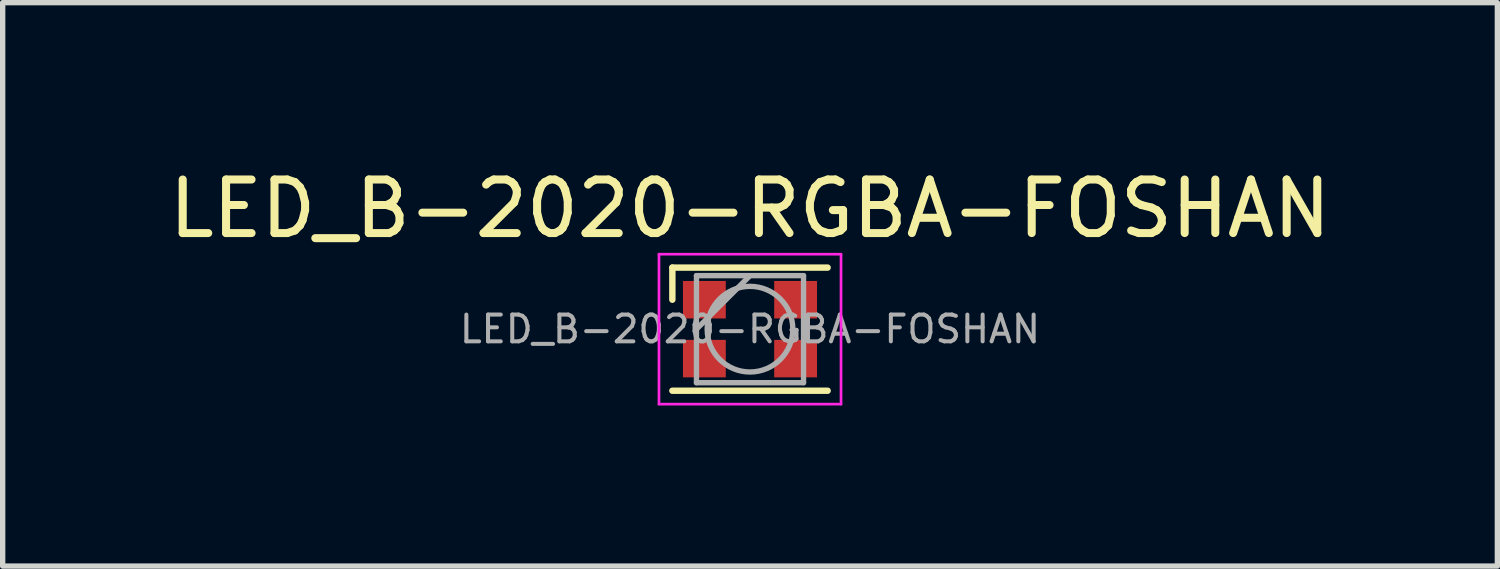
<source format=kicad_pcb>
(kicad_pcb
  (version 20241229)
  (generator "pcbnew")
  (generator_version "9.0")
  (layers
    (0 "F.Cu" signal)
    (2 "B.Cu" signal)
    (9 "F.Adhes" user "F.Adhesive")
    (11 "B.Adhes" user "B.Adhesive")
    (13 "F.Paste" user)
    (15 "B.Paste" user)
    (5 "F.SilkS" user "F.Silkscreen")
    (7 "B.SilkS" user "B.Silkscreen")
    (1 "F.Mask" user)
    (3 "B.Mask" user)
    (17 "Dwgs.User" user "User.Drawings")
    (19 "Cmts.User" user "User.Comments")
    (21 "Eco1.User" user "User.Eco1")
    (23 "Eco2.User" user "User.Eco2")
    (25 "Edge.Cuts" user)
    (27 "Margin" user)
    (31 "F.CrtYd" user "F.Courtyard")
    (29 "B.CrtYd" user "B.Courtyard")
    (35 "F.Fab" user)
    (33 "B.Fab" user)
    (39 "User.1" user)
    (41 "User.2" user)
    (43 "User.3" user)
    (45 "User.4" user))
  (footprint "LED_B-2020-RGBA-FOSHAN"
    (layer "F.Cu")
    (at 10.958 3.098)
    (property "Reference" "LED_B-2020-RGBA-FOSHAN" (at 0 -2.25 180) (layer "F.SilkS") (effects (font (size 1 1) (thickness 0.15))))
    (attr smd)
    (fp_line (start -1.45 -1.15) (end 1.45 -1.15) (stroke (width 0.12) (type solid)) (layer "F.SilkS"))
    (fp_line (start -1.45 -0.55) (end -1.45 -1.15) (stroke (width 0.12) (type solid)) (layer "F.SilkS"))
    (fp_line (start -1.45 1.15) (end 1.45 1.15) (stroke (width 0.12) (type solid)) (layer "F.SilkS"))
    (fp_line (start -1.7 -1.4) (end -1.7 1.4) (stroke (width 0.05) (type solid)) (layer "F.CrtYd"))
    (fp_line (start -1.7 1.4) (end 1.7 1.4) (stroke (width 0.05) (type solid)) (layer "F.CrtYd"))
    (fp_line (start 1.7 -1.4) (end -1.7 -1.4) (stroke (width 0.05) (type solid)) (layer "F.CrtYd"))
    (fp_line (start 1.7 1.4) (end 1.7 -1.4) (stroke (width 0.05) (type solid)) (layer "F.CrtYd"))
    (fp_line (start -1 -1) (end -1 1) (stroke (width 0.1) (type solid)) (layer "F.Fab"))
    (fp_line (start -1 1) (end 1 1) (stroke (width 0.1) (type solid)) (layer "F.Fab"))
    (fp_line (start 0 -1) (end -1 0) (stroke (width 0.1) (type solid)) (layer "F.Fab"))
    (fp_line (start 1 -1) (end -1 -1) (stroke (width 0.1) (type solid)) (layer "F.Fab"))
    (fp_line (start 1 1) (end 1 -1) (stroke (width 0.1) (type solid)) (layer "F.Fab"))
    (fp_circle (center 0 0) (end 0.8 0) (stroke (width 0.1) (type solid)) (fill no) (layer "F.Fab"))
    (fp_text user "${REFERENCE}" (at 0 0 180) (layer "F.Fab") (effects (font (size 0.5 0.5) (thickness 0.075))))
    (pad "1" smd rect (at -0.852 -0.55) (size 0.8 0.7) (layers "F.Cu" "F.Mask" "F.Paste"))
    (pad "2" smd rect (at 0.852 -0.55) (size 0.8 0.7) (layers "F.Cu" "F.Mask" "F.Paste"))
    (pad "3" smd rect (at 0.852 0.55) (size 0.8 0.7) (layers "F.Cu" "F.Mask" "F.Paste"))
    (pad "4" smd rect (at -0.852 0.55) (size 0.8 0.7) (layers "F.Cu" "F.Mask" "F.Paste")))
  (gr_rect
    (start -3 -3)
    (end 24.917 7.523)
    (stroke (width 0.1) (type default))
    (fill no)
    (layer "Edge.Cuts")))
</source>
